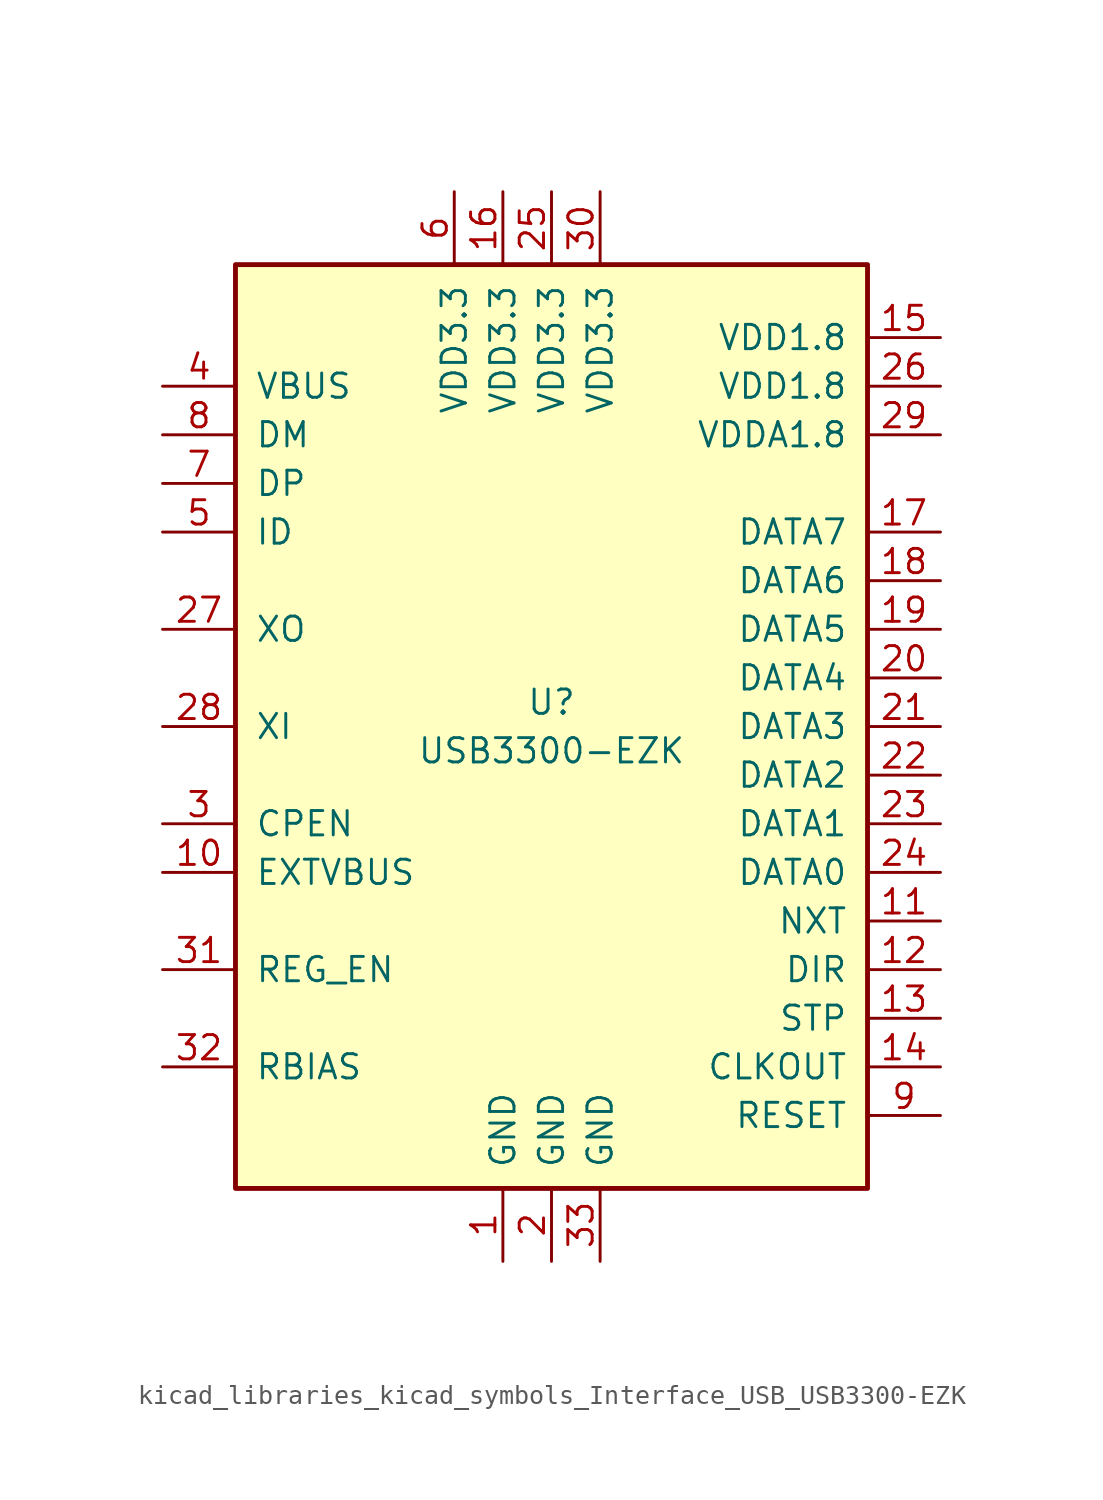
<source format=kicad_sym>
(kicad_symbol_lib
  (version 20220914)
  (generator kicad_symbol_editor)
  (symbol "kicad_libraries_kicad_symbols_Interface_USB_USB3300-EZK"
    (pin_names
      (offset 1.016))
    (property "Reference" "U"
      (at 0 1.27 0)
      (effects (font (size 1.27 1.27))))
    (property "Value" "USB3300-EZK"
      (at 0 -1.27 0)
      (effects (font (size 1.27 1.27))))
    (symbol "kicad_libraries_kicad_symbols_Interface_USB_USB3300-EZK_0_1"
      (rectangle (start 16.51 -24.13) (end -16.51 24.13) (stroke (width 0.254) (type default)) (fill (type background))))
    (symbol "kicad_libraries_kicad_symbols_Interface_USB_USB3300-EZK_1_1"
      (pin power_in line (at -2.54 -27.94 90) (length 3.81) (name "GND" (effects (font (size 1.27 1.27)))) (number "1" (effects (font (size 1.27 1.27)))))
      (pin input line (at -20.32 -7.62 0) (length 3.81) (name "EXTVBUS" (effects (font (size 1.27 1.27)))) (number "10" (effects (font (size 1.27 1.27)))))
      (pin output line (at 20.32 -10.16 180) (length 3.81) (name "NXT" (effects (font (size 1.27 1.27)))) (number "11" (effects (font (size 1.27 1.27)))))
      (pin output line (at 20.32 -12.7 180) (length 3.81) (name "DIR" (effects (font (size 1.27 1.27)))) (number "12" (effects (font (size 1.27 1.27)))))
      (pin input line (at 20.32 -15.24 180) (length 3.81) (name "STP" (effects (font (size 1.27 1.27)))) (number "13" (effects (font (size 1.27 1.27)))))
      (pin output line (at 20.32 -17.78 180) (length 3.81) (name "CLKOUT" (effects (font (size 1.27 1.27)))) (number "14" (effects (font (size 1.27 1.27)))))
      (pin power_out line (at 20.32 20.32 180) (length 3.81) (name "VDD1.8" (effects (font (size 1.27 1.27)))) (number "15" (effects (font (size 1.27 1.27)))))
      (pin power_in line (at -2.54 27.94 270) (length 3.81) (name "VDD3.3" (effects (font (size 1.27 1.27)))) (number "16" (effects (font (size 1.27 1.27)))))
      (pin bidirectional line (at 20.32 10.16 180) (length 3.81) (name "DATA7" (effects (font (size 1.27 1.27)))) (number "17" (effects (font (size 1.27 1.27)))))
      (pin bidirectional line (at 20.32 7.62 180) (length 3.81) (name "DATA6" (effects (font (size 1.27 1.27)))) (number "18" (effects (font (size 1.27 1.27)))))
      (pin bidirectional line (at 20.32 5.08 180) (length 3.81) (name "DATA5" (effects (font (size 1.27 1.27)))) (number "19" (effects (font (size 1.27 1.27)))))
      (pin power_in line (at 0 -27.94 90) (length 3.81) (name "GND" (effects (font (size 1.27 1.27)))) (number "2" (effects (font (size 1.27 1.27)))))
      (pin bidirectional line (at 20.32 2.54 180) (length 3.81) (name "DATA4" (effects (font (size 1.27 1.27)))) (number "20" (effects (font (size 1.27 1.27)))))
      (pin bidirectional line (at 20.32 0 180) (length 3.81) (name "DATA3" (effects (font (size 1.27 1.27)))) (number "21" (effects (font (size 1.27 1.27)))))
      (pin bidirectional line (at 20.32 -2.54 180) (length 3.81) (name "DATA2" (effects (font (size 1.27 1.27)))) (number "22" (effects (font (size 1.27 1.27)))))
      (pin bidirectional line (at 20.32 -5.08 180) (length 3.81) (name "DATA1" (effects (font (size 1.27 1.27)))) (number "23" (effects (font (size 1.27 1.27)))))
      (pin bidirectional line (at 20.32 -7.62 180) (length 3.81) (name "DATA0" (effects (font (size 1.27 1.27)))) (number "24" (effects (font (size 1.27 1.27)))))
      (pin power_in line (at 0 27.94 270) (length 3.81) (name "VDD3.3" (effects (font (size 1.27 1.27)))) (number "25" (effects (font (size 1.27 1.27)))))
      (pin power_out line (at 20.32 17.78 180) (length 3.81) (name "VDD1.8" (effects (font (size 1.27 1.27)))) (number "26" (effects (font (size 1.27 1.27)))))
      (pin output line (at -20.32 5.08 0) (length 3.81) (name "XO" (effects (font (size 1.27 1.27)))) (number "27" (effects (font (size 1.27 1.27)))))
      (pin input line (at -20.32 0 0) (length 3.81) (name "XI" (effects (font (size 1.27 1.27)))) (number "28" (effects (font (size 1.27 1.27)))))
      (pin power_out line (at 20.32 15.24 180) (length 3.81) (name "VDDA1.8" (effects (font (size 1.27 1.27)))) (number "29" (effects (font (size 1.27 1.27)))))
      (pin output line (at -20.32 -5.08 0) (length 3.81) (name "CPEN" (effects (font (size 1.27 1.27)))) (number "3" (effects (font (size 1.27 1.27)))))
      (pin power_in line (at 2.54 27.94 270) (length 3.81) (name "VDD3.3" (effects (font (size 1.27 1.27)))) (number "30" (effects (font (size 1.27 1.27)))))
      (pin bidirectional line (at -20.32 -12.7 0) (length 3.81) (name "REG_EN" (effects (font (size 1.27 1.27)))) (number "31" (effects (font (size 1.27 1.27)))))
      (pin passive line (at -20.32 -17.78 0) (length 3.81) (name "RBIAS" (effects (font (size 1.27 1.27)))) (number "32" (effects (font (size 1.27 1.27)))))
      (pin power_in line (at 2.54 -27.94 90) (length 3.81) (name "GND" (effects (font (size 1.27 1.27)))) (number "33" (effects (font (size 1.27 1.27)))))
      (pin power_in line (at -20.32 17.78 0) (length 3.81) (name "VBUS" (effects (font (size 1.27 1.27)))) (number "4" (effects (font (size 1.27 1.27)))))
      (pin input line (at -20.32 10.16 0) (length 3.81) (name "ID" (effects (font (size 1.27 1.27)))) (number "5" (effects (font (size 1.27 1.27)))))
      (pin power_in line (at -5.08 27.94 270) (length 3.81) (name "VDD3.3" (effects (font (size 1.27 1.27)))) (number "6" (effects (font (size 1.27 1.27)))))
      (pin bidirectional line (at -20.32 12.7 0) (length 3.81) (name "DP" (effects (font (size 1.27 1.27)))) (number "7" (effects (font (size 1.27 1.27)))))
      (pin bidirectional line (at -20.32 15.24 0) (length 3.81) (name "DM" (effects (font (size 1.27 1.27)))) (number "8" (effects (font (size 1.27 1.27)))))
      (pin input line (at 20.32 -20.32 180) (length 3.81) (name "RESET" (effects (font (size 1.27 1.27)))) (number "9" (effects (font (size 1.27 1.27))))))))
</source>
